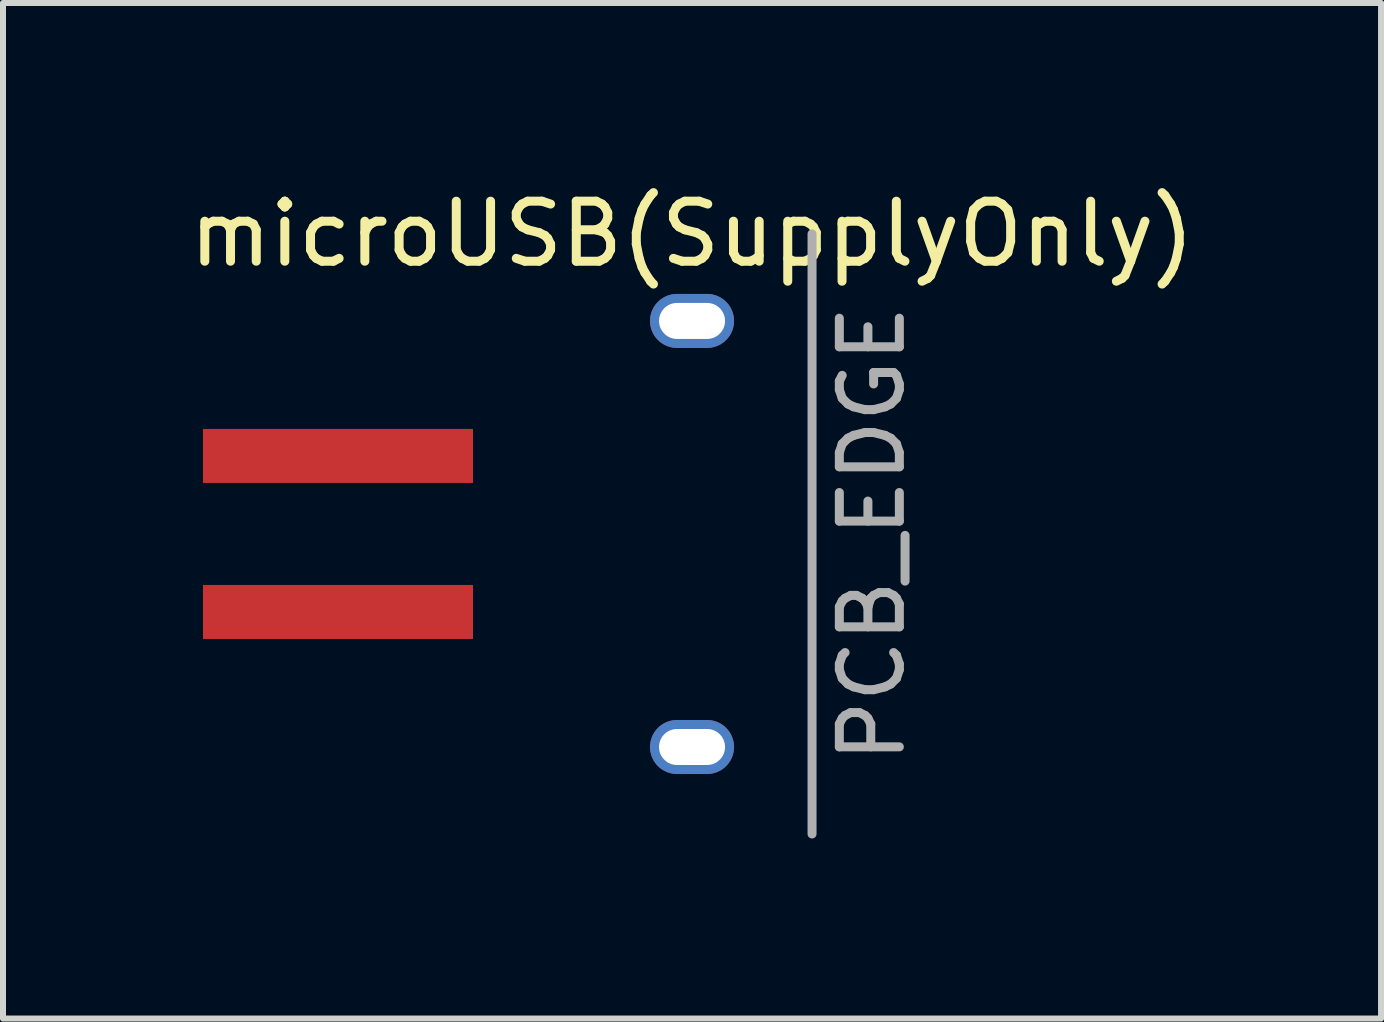
<source format=kicad_pcb>
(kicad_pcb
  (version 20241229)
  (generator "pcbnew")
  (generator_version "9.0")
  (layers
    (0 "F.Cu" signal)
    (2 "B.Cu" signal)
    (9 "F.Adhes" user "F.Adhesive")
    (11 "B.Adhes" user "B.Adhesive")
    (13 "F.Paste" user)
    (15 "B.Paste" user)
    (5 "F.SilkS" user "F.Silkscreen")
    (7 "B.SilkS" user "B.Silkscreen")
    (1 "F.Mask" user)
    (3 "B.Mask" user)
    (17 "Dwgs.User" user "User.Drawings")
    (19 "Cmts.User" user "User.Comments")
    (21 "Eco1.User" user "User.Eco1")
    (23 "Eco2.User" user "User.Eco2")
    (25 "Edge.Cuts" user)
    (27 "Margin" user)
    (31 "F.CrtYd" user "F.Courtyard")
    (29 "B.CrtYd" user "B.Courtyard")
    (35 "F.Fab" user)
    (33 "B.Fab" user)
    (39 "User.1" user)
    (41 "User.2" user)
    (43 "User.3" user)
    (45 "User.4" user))
  (footprint "microUSB(SupplyOnly)"
    (layer "F.Cu")
    (at 8.482 5.848)
    (property "Reference" "microUSB(SupplyOnly)" (at 0 -5 0) (layer "F.SilkS") (effects (font (size 1 1) (thickness 0.15))))
    (attr through_hole)
    (fp_line (start 2 -5) (end 2 5) (stroke (width 0.15) (type solid)) (layer "F.Fab"))
    (fp_text user "PCB_EDGE" (at 3 0 270) (layer "F.Fab") (effects (font (size 1 1) (thickness 0.15))))
    (pad "1" smd rect (at -5.9 1.3) (size 4.5 0.9) (layers "F.Cu" "F.Mask" "F.Paste"))
    (pad "2" smd rect (at -5.9 -1.3) (size 4.5 0.9) (layers "F.Cu" "F.Mask" "F.Paste"))
    (pad "2" thru_hole oval (at 0 -3.55) (size 1.4 0.9) (drill oval 1.1 0.6) (layers "*.Cu" "*.Mask"))
    (pad "2" thru_hole oval (at 0 3.55) (size 1.4 0.9) (drill oval 1.1 0.6) (layers "*.Cu" "*.Mask")))
  (gr_rect
    (start -3 -3)
    (end 19.964 13.923)
    (stroke (width 0.1) (type default))
    (fill no)
    (layer "Edge.Cuts")))
</source>
